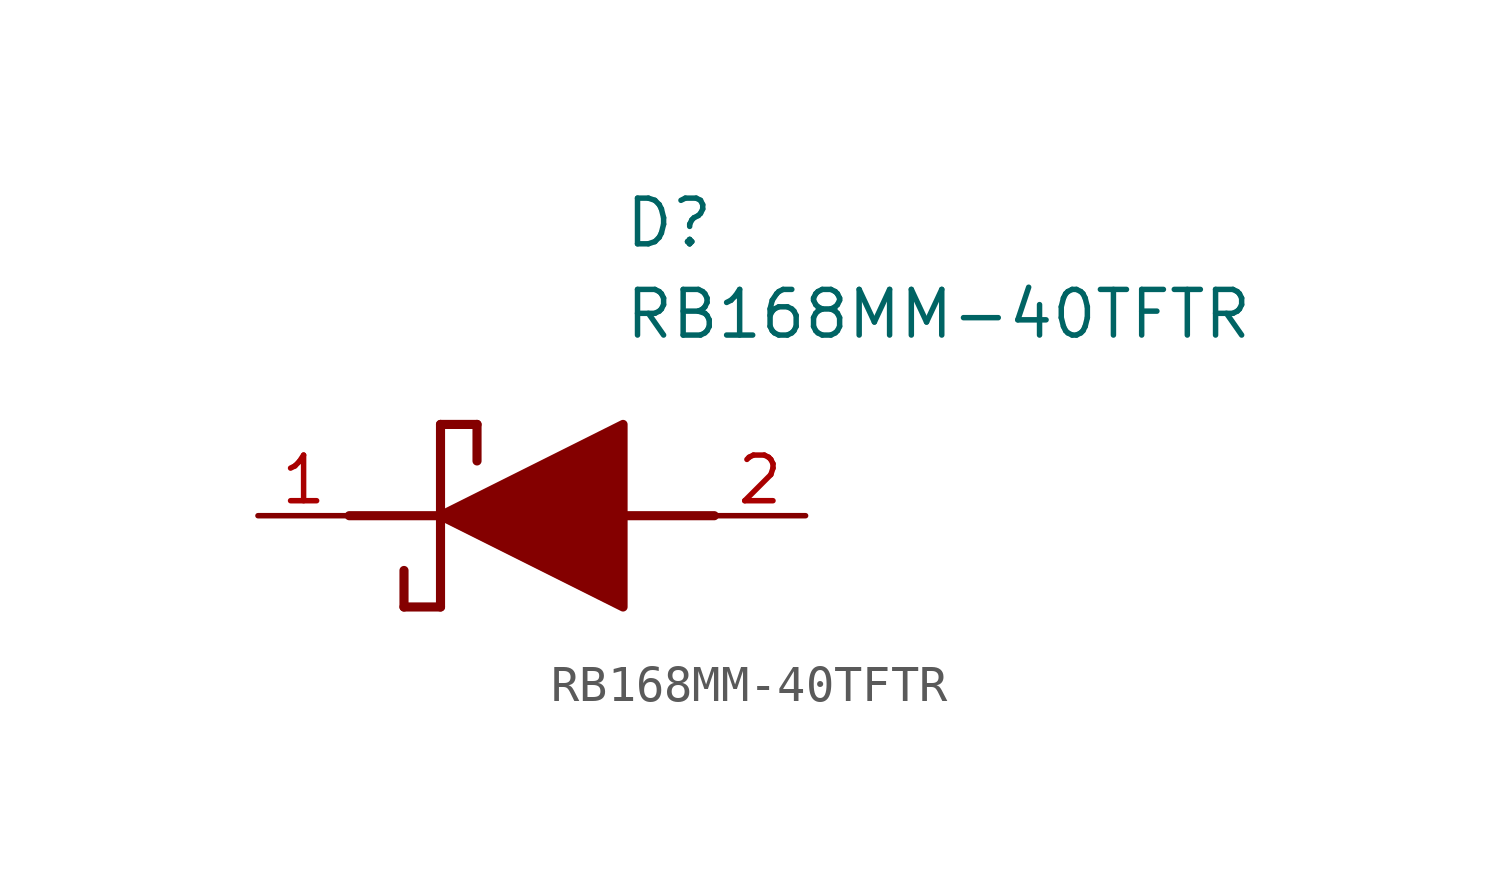
<source format=kicad_sym>
(kicad_symbol_lib
  (version 20211014)
  (generator SamacSys_ECAD_Model)
  (symbol "RB168MM-40TFTR"
    (pin_names hide)
    (property "Reference" "D"
      (at 12.7 8.89 0)
      (effects (font (size 1.27 1.27)) (justify left top)))
    (property "Value" "RB168MM-40TFTR"
      (at 12.7 6.35 0)
      (effects (font (size 1.27 1.27)) (justify left top)))
    (polyline
      (pts (xy 7.62 2.54) (xy 7.62 -2.54))
      (stroke (width 0.254) (type default))
      (fill (type none)))
    (polyline
      (pts (xy 7.62 2.54) (xy 8.636 2.54))
      (stroke (width 0.254) (type default))
      (fill (type none)))
    (polyline
      (pts (xy 8.636 1.524) (xy 8.636 2.54))
      (stroke (width 0.254) (type default))
      (fill (type none)))
    (polyline
      (pts (xy 7.62 -2.54) (xy 6.604 -2.54))
      (stroke (width 0.254) (type default))
      (fill (type none)))
    (polyline
      (pts (xy 6.604 -1.524) (xy 6.604 -2.54))
      (stroke (width 0.254) (type default))
      (fill (type none)))
    (polyline
      (pts (xy 5.08 0) (xy 7.62 0))
      (stroke (width 0.254) (type default))
      (fill (type none)))
    (polyline
      (pts (xy 12.7 0) (xy 15.24 0))
      (stroke (width 0.254) (type default))
      (fill (type none)))
    (polyline
      (pts (xy 7.62 0) (xy 12.7 2.54) (xy 12.7 -2.54) (xy 7.62 0))
      (stroke (width 0.254) (type default))
      (fill (type outline)))
    (pin passive line
      (at 2.54 0 0)
      (length 2.54)
      (name "K" (effects (font (size 1.27 1.27))))
      (number "1" (effects (font (size 1.27 1.27)))))
    (pin passive line
      (at 17.78 0 180)
      (length 2.54)
      (name "A" (effects (font (size 1.27 1.27))))
      (number "2" (effects (font (size 1.27 1.27)))))))
</source>
